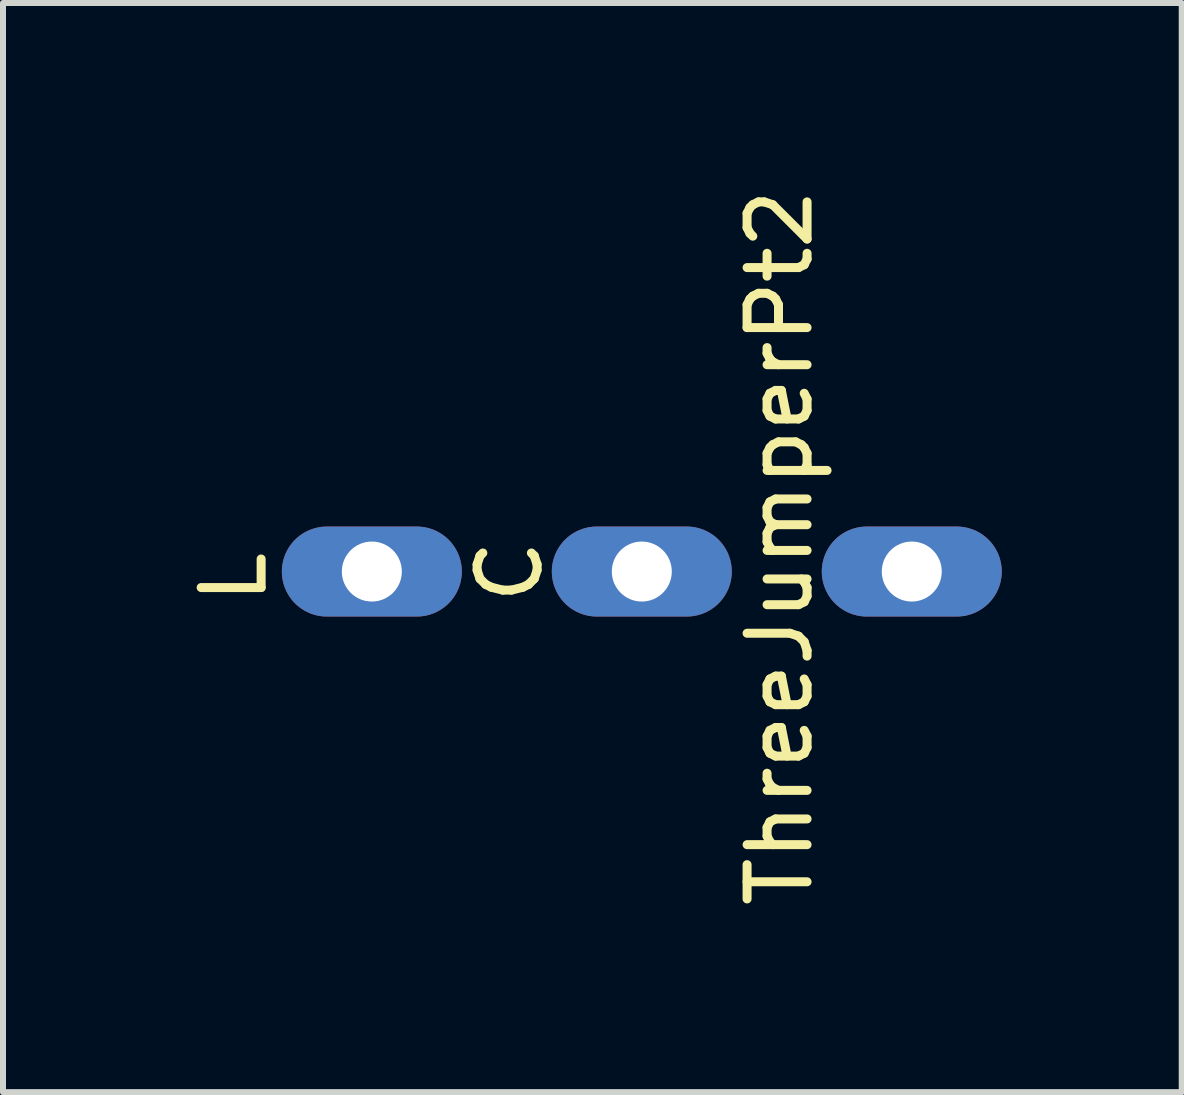
<source format=kicad_pcb>
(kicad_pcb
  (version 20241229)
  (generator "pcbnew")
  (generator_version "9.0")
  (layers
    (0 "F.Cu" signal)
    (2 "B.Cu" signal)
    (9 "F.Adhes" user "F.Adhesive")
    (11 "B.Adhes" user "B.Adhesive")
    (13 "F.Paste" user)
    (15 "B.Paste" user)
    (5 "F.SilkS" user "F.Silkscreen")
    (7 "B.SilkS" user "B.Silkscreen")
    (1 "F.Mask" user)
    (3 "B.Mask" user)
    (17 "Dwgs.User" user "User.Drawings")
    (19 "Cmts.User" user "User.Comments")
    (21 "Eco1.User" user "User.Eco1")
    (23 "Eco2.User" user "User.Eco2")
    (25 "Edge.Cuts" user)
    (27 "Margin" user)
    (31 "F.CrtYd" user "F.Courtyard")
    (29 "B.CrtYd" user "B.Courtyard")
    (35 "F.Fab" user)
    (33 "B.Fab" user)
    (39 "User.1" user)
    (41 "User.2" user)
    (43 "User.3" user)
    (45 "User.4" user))
  (footprint "ThreeJumperPt2"
    (layer "F.Cu")
    (at 7.648 6.477)
    (property "Reference" "ThreeJumperPt2" (at 2.3 -0.4 270) (layer "F.SilkS") (effects (font (size 1 1) (thickness 0.15))))
    (attr through_hole)
    (fp_text user "C" (at -2.2 0 90) (layer "F.SilkS") (effects (font (size 1 1) (thickness 0.15))))
    (fp_text user "L" (at -6.8 0.1 90) (layer "F.SilkS") (effects (font (size 1 1) (thickness 0.15))))
    (pad "1" thru_hole oval (at -4.5 0) (size 3 1.5) (drill 1) (layers "*.Cu" "*.Mask"))
    (pad "2" thru_hole oval (at 4.5 0) (size 3 1.5) (drill 1) (layers "*.Cu" "*.Mask"))
    (pad "3" thru_hole oval (at 0 0) (size 3 1.5) (drill 1) (layers "*.Cu" "*.Mask")))
  (gr_rect
    (start -3 -3)
    (end 16.648 15.155)
    (stroke (width 0.1) (type default))
    (fill no)
    (layer "Edge.Cuts")))
</source>
